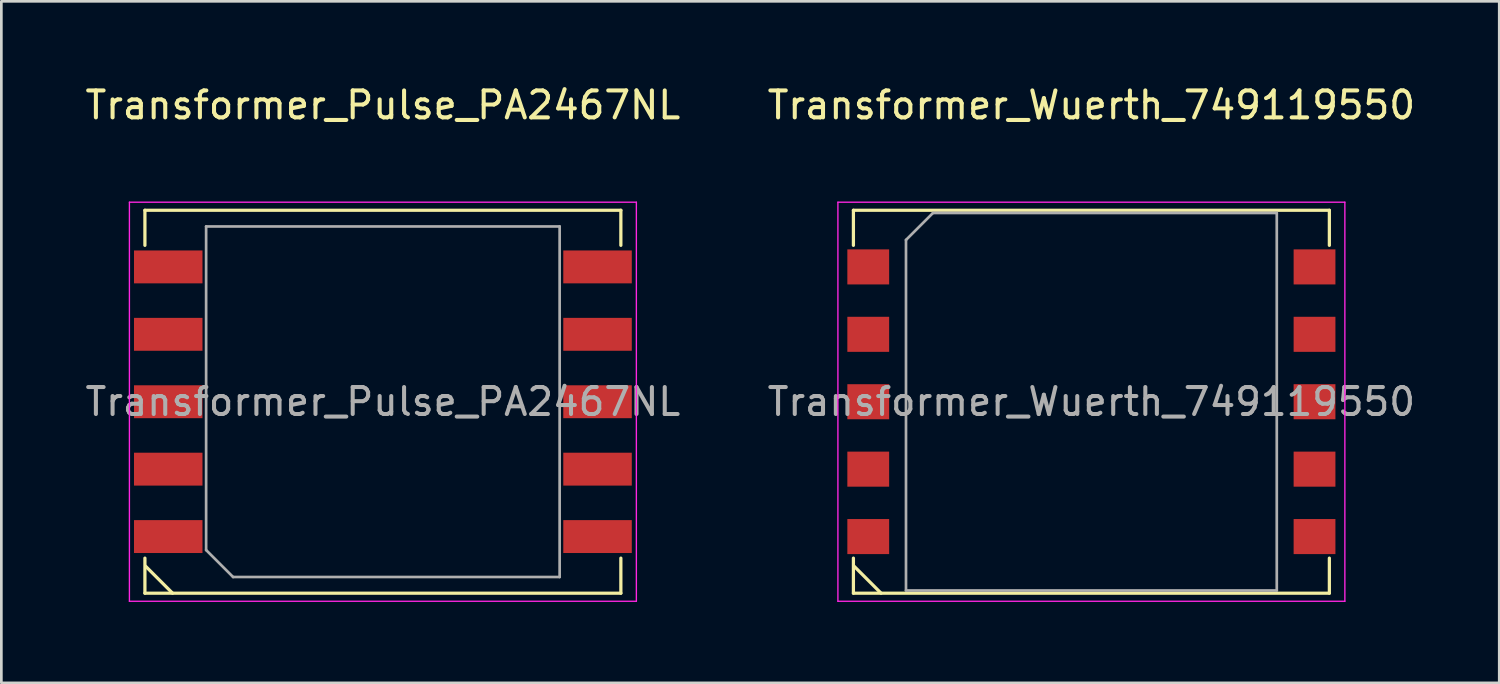
<source format=kicad_pcb>
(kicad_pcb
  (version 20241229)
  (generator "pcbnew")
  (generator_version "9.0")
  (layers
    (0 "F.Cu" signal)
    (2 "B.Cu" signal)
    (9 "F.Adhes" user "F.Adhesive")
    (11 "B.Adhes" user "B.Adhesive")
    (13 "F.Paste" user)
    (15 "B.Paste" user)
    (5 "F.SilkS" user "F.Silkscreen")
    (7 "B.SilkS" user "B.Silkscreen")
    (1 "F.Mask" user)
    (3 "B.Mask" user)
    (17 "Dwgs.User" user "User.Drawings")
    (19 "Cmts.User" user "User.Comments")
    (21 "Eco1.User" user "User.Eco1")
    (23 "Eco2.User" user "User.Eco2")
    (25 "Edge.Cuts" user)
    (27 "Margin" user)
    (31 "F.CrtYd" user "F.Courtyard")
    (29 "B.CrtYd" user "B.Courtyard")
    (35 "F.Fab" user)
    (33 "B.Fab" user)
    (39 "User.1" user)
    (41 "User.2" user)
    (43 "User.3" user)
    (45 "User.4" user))
  (footprint "Transformer_Wuerth_749119550"
    (layer "F.Cu")
    (at 37.423 11.848)
    (property "Reference" "Transformer_Wuerth_749119550" (at 0 -11 0) (layer "F.SilkS") (effects (font (size 1 1) (thickness 0.15))))
    (attr smd)
    (fp_line (start -8.825 -5.8) (end -8.825 -7.1) (stroke (width 0.12) (type solid)) (layer "F.SilkS"))
    (fp_line (start -8.825 7.1) (end -8.825 5.8) (stroke (width 0.12) (type solid)) (layer "F.SilkS"))
    (fp_line (start -7.8 7.1) (end -8.8 6.1) (stroke (width 0.12) (type solid)) (layer "F.SilkS"))
    (fp_line (start 8.825 -7.1) (end -8.825 -7.1) (stroke (width 0.12) (type solid)) (layer "F.SilkS"))
    (fp_line (start 8.825 -5.8) (end 8.825 -7.1) (stroke (width 0.12) (type solid)) (layer "F.SilkS"))
    (fp_line (start 8.825 7.1) (end -8.825 7.1) (stroke (width 0.12) (type solid)) (layer "F.SilkS"))
    (fp_line (start 8.825 7.1) (end 8.825 5.8) (stroke (width 0.12) (type solid)) (layer "F.SilkS"))
    (fp_line (start -9.4 -7.4) (end 9.4 -7.4) (stroke (width 0.05) (type solid)) (layer "F.CrtYd"))
    (fp_line (start -9.4 7.4) (end -9.4 -7.4) (stroke (width 0.05) (type solid)) (layer "F.CrtYd"))
    (fp_line (start 9.4 -7.4) (end 9.4 7.4) (stroke (width 0.05) (type solid)) (layer "F.CrtYd"))
    (fp_line (start 9.4 7.4) (end -9.4 7.4) (stroke (width 0.05) (type solid)) (layer "F.CrtYd"))
    (fp_line (start -6.875 7) (end -6.875 -6) (stroke (width 0.1) (type solid)) (layer "F.Fab"))
    (fp_line (start -5.875 -7) (end -6.875 -6) (stroke (width 0.1) (type solid)) (layer "F.Fab"))
    (fp_line (start -5.875 -7) (end 6.875 -7) (stroke (width 0.1) (type solid)) (layer "F.Fab"))
    (fp_line (start 6.875 -7) (end 6.875 7) (stroke (width 0.1) (type solid)) (layer "F.Fab"))
    (fp_line (start 6.875 7) (end -6.875 7) (stroke (width 0.1) (type solid)) (layer "F.Fab"))
    (fp_text user "${REFERENCE}" (at 0 0 0) (layer "F.Fab") (effects (font (size 1 1) (thickness 0.15))))
    (pad "1" smd rect (at -8.275 5) (size 1.55 1.3) (layers "F.Cu" "F.Mask" "F.Paste"))
    (pad "2" smd rect (at -8.275 2.5) (size 1.55 1.3) (layers "F.Cu" "F.Mask" "F.Paste"))
    (pad "3" smd rect (at -8.275 0) (size 1.55 1.3) (layers "F.Cu" "F.Mask" "F.Paste"))
    (pad "4" smd rect (at -8.275 -2.5) (size 1.55 1.3) (layers "F.Cu" "F.Mask" "F.Paste"))
    (pad "5" smd rect (at -8.275 -5) (size 1.55 1.3) (layers "F.Cu" "F.Mask" "F.Paste"))
    (pad "6" smd rect (at 8.275 -5) (size 1.55 1.3) (layers "F.Cu" "F.Mask" "F.Paste"))
    (pad "7" smd rect (at 8.275 -2.5) (size 1.55 1.3) (layers "F.Cu" "F.Mask" "F.Paste"))
    (pad "8" smd rect (at 8.275 0) (size 1.55 1.3) (layers "F.Cu" "F.Mask" "F.Paste"))
    (pad "9" smd rect (at 8.275 2.5) (size 1.55 1.3) (layers "F.Cu" "F.Mask" "F.Paste"))
    (pad "10" smd rect (at 8.275 5) (size 1.55 1.3) (layers "F.Cu" "F.Mask" "F.Paste")))
  (footprint "Transformer_Pulse_PA2467NL"
    (layer "F.Cu")
    (at 11.149 11.848)
    (property "Reference" "Transformer_Pulse_PA2467NL" (at 0 -11 0) (layer "F.SilkS") (effects (font (size 1 1) (thickness 0.15))))
    (attr smd)
    (fp_line (start -8.825 -5.8) (end -8.825 -7.1) (stroke (width 0.12) (type solid)) (layer "F.SilkS"))
    (fp_line (start -8.825 7.1) (end -8.825 5.8) (stroke (width 0.12) (type solid)) (layer "F.SilkS"))
    (fp_line (start -7.8 7.1) (end -8.8 6.1) (stroke (width 0.12) (type solid)) (layer "F.SilkS"))
    (fp_line (start 8.825 -7.1) (end -8.825 -7.1) (stroke (width 0.12) (type solid)) (layer "F.SilkS"))
    (fp_line (start 8.825 -5.8) (end 8.825 -7.1) (stroke (width 0.12) (type solid)) (layer "F.SilkS"))
    (fp_line (start 8.825 7.1) (end -8.825 7.1) (stroke (width 0.12) (type solid)) (layer "F.SilkS"))
    (fp_line (start 8.825 7.1) (end 8.825 5.8) (stroke (width 0.12) (type solid)) (layer "F.SilkS"))
    (fp_line (start -9.4 -7.4) (end 9.4 -7.4) (stroke (width 0.05) (type solid)) (layer "F.CrtYd"))
    (fp_line (start -9.4 7.4) (end -9.4 -7.4) (stroke (width 0.05) (type solid)) (layer "F.CrtYd"))
    (fp_line (start 9.4 -7.4) (end 9.4 7.4) (stroke (width 0.05) (type solid)) (layer "F.CrtYd"))
    (fp_line (start 9.4 7.4) (end -9.4 7.4) (stroke (width 0.05) (type solid)) (layer "F.CrtYd"))
    (fp_line (start -6.555 -6.5) (end 6.555 -6.5) (stroke (width 0.1) (type solid)) (layer "F.Fab"))
    (fp_line (start -6.555 5.5) (end -6.555 -6.5) (stroke (width 0.1) (type solid)) (layer "F.Fab"))
    (fp_line (start -5.555 6.5) (end -6.555 5.5) (stroke (width 0.1) (type solid)) (layer "F.Fab"))
    (fp_line (start 6.555 -6.5) (end 6.555 6.5) (stroke (width 0.1) (type solid)) (layer "F.Fab"))
    (fp_line (start 6.555 6.5) (end -5.555 6.5) (stroke (width 0.1) (type solid)) (layer "F.Fab"))
    (fp_text user "${REFERENCE}" (at 0 0 0) (layer "F.Fab") (effects (font (size 1 1) (thickness 0.15))))
    (pad "1" smd rect (at -7.96 5) (size 2.54 1.22) (layers "F.Cu" "F.Mask" "F.Paste"))
    (pad "2" smd rect (at -7.96 2.5) (size 2.54 1.22) (layers "F.Cu" "F.Mask" "F.Paste"))
    (pad "3" smd rect (at -7.96 0) (size 2.54 1.22) (layers "F.Cu" "F.Mask" "F.Paste"))
    (pad "4" smd rect (at -7.96 -2.5) (size 2.54 1.22) (layers "F.Cu" "F.Mask" "F.Paste"))
    (pad "5" smd rect (at -7.96 -5) (size 2.54 1.22) (layers "F.Cu" "F.Mask" "F.Paste"))
    (pad "6" smd rect (at 7.96 -5) (size 2.54 1.22) (layers "F.Cu" "F.Mask" "F.Paste"))
    (pad "7" smd rect (at 7.96 -2.5) (size 2.54 1.22) (layers "F.Cu" "F.Mask" "F.Paste"))
    (pad "8" smd rect (at 7.96 0) (size 2.54 1.22) (layers "F.Cu" "F.Mask" "F.Paste"))
    (pad "9" smd rect (at 7.96 2.5) (size 2.54 1.22) (layers "F.Cu" "F.Mask" "F.Paste"))
    (pad "10" smd rect (at 7.96 5) (size 2.54 1.22) (layers "F.Cu" "F.Mask" "F.Paste")))
  (gr_rect
    (start -3 -3)
    (end 52.548 22.273)
    (stroke (width 0.1) (type default))
    (fill no)
    (layer "Edge.Cuts")))
</source>
